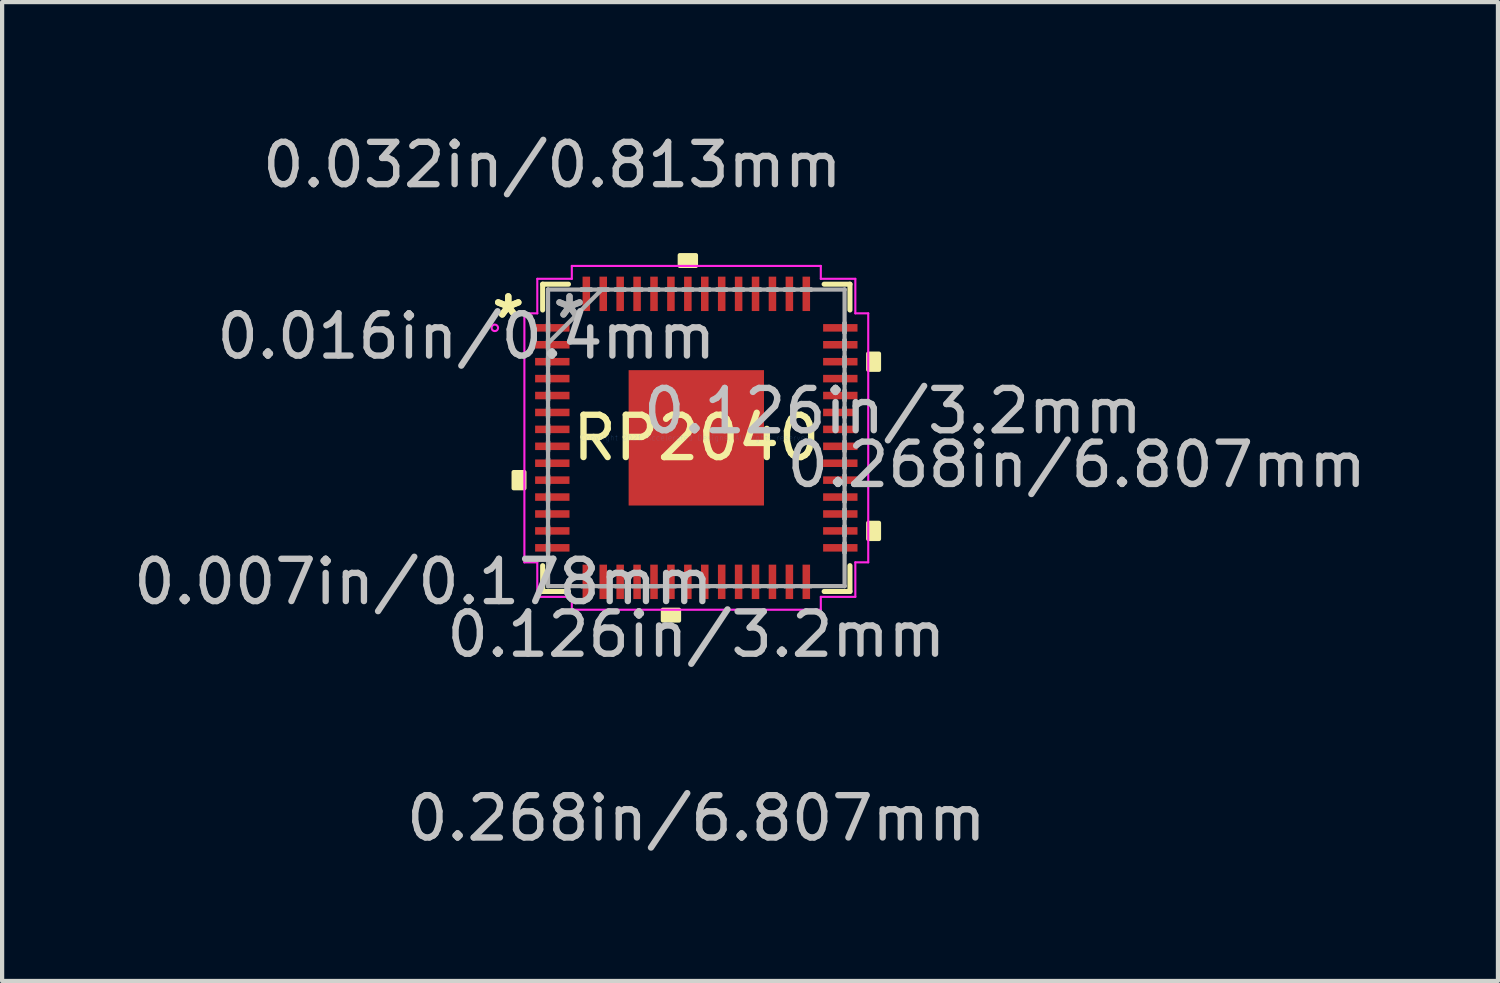
<source format=kicad_pcb>
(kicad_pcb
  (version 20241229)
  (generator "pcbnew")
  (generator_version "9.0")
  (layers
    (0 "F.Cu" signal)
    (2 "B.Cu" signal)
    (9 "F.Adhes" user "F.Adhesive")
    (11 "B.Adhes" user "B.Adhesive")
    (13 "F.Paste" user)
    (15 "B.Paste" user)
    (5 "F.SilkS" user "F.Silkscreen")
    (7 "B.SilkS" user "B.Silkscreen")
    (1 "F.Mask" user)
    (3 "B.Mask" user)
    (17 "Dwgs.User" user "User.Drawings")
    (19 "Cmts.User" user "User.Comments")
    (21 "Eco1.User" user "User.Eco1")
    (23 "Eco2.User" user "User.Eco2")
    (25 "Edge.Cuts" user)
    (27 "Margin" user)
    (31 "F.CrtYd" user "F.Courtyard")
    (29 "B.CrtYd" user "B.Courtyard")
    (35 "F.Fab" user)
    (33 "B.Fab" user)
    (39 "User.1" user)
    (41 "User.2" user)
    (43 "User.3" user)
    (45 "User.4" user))
  (footprint "RP2040"
    (layer "F.Cu")
    (at 13.41 7.3)
    (property "Reference" "RP2040" (at 0 0 0) (layer "F.SilkS") (effects (font (size 1 1) (thickness 0.15))))
    (attr through_hole)
    (fp_line (start -3.632 -3.632) (end -3.632 -3.022) (stroke (width 0.12) (type solid)) (layer "F.SilkS"))
    (fp_line (start -3.632 3.022) (end -3.632 3.632) (stroke (width 0.12) (type solid)) (layer "F.SilkS"))
    (fp_line (start -3.632 3.632) (end -3.022 3.632) (stroke (width 0.12) (type solid)) (layer "F.SilkS"))
    (fp_line (start -3.022 -3.632) (end -3.632 -3.632) (stroke (width 0.12) (type solid)) (layer "F.SilkS"))
    (fp_line (start 3.022 3.632) (end 3.632 3.632) (stroke (width 0.12) (type solid)) (layer "F.SilkS"))
    (fp_line (start 3.632 -3.632) (end 3.022 -3.632) (stroke (width 0.12) (type solid)) (layer "F.SilkS"))
    (fp_line (start 3.632 -3.022) (end 3.632 -3.632) (stroke (width 0.12) (type solid)) (layer "F.SilkS"))
    (fp_line (start 3.632 3.632) (end 3.632 3.022) (stroke (width 0.12) (type solid)) (layer "F.SilkS"))
    (fp_poly (pts (xy -4.318 0.81) (xy -4.318 1.191) (xy -4.064 1.191) (xy -4.064 0.81)) (stroke (width 0.1) (type solid)) (fill yes) (layer "F.SilkS"))
    (fp_poly (pts (xy -0.79 4.064) (xy -0.79 4.318) (xy -0.409 4.318) (xy -0.409 4.064)) (stroke (width 0.1) (type solid)) (fill yes) (layer "F.SilkS"))
    (fp_poly (pts (xy -0.391 -4.064) (xy -0.391 -4.318) (xy -0.009 -4.318) (xy -0.009 -4.064)) (stroke (width 0.1) (type solid)) (fill yes) (layer "F.SilkS"))
    (fp_poly (pts (xy 4.318 -1.99) (xy 4.318 -1.609) (xy 4.064 -1.609) (xy 4.064 -1.99)) (stroke (width 0.1) (type solid)) (fill yes) (layer "F.SilkS"))
    (fp_poly (pts (xy 4.318 2.01) (xy 4.318 2.391) (xy 4.064 2.391) (xy 4.064 2.01)) (stroke (width 0.1) (type solid)) (fill yes) (layer "F.SilkS"))
    (fp_poly (pts (xy -1.5 -1.5) (xy -1.5 -0.1) (xy -0.1 -0.1) (xy -0.1 -1.5)) (stroke (width 0.1) (type solid)) (fill yes) (layer "F.Paste"))
    (fp_poly (pts (xy -1.5 0.1) (xy -1.5 1.5) (xy -0.1 1.5) (xy -0.1 0.1)) (stroke (width 0.1) (type solid)) (fill yes) (layer "F.Paste"))
    (fp_poly (pts (xy 0.1 -1.5) (xy 0.1 -0.1) (xy 1.5 -0.1) (xy 1.5 -1.5)) (stroke (width 0.1) (type solid)) (fill yes) (layer "F.Paste"))
    (fp_poly (pts (xy 0.1 0.1) (xy 0.1 1.5) (xy 1.5 1.5) (xy 1.5 0.1)) (stroke (width 0.1) (type solid)) (fill yes) (layer "F.Paste"))
    (fp_line (start -4.064 -2.943) (end -3.759 -2.943) (stroke (width 0.05) (type solid)) (layer "F.CrtYd"))
    (fp_line (start -4.064 2.943) (end -4.064 -2.943) (stroke (width 0.05) (type solid)) (layer "F.CrtYd"))
    (fp_line (start -3.759 -3.759) (end -2.943 -3.759) (stroke (width 0.05) (type solid)) (layer "F.CrtYd"))
    (fp_line (start -3.759 -2.943) (end -3.759 -3.759) (stroke (width 0.05) (type solid)) (layer "F.CrtYd"))
    (fp_line (start -3.759 2.943) (end -4.064 2.943) (stroke (width 0.05) (type solid)) (layer "F.CrtYd"))
    (fp_line (start -3.759 3.759) (end -3.759 2.943) (stroke (width 0.05) (type solid)) (layer "F.CrtYd"))
    (fp_line (start -2.943 -4.064) (end 2.943 -4.064) (stroke (width 0.05) (type solid)) (layer "F.CrtYd"))
    (fp_line (start -2.943 -3.759) (end -2.943 -4.064) (stroke (width 0.05) (type solid)) (layer "F.CrtYd"))
    (fp_line (start -2.943 3.759) (end -3.759 3.759) (stroke (width 0.05) (type solid)) (layer "F.CrtYd"))
    (fp_line (start -2.943 4.064) (end -2.943 3.759) (stroke (width 0.05) (type solid)) (layer "F.CrtYd"))
    (fp_line (start 2.943 -4.064) (end 2.943 -3.759) (stroke (width 0.05) (type solid)) (layer "F.CrtYd"))
    (fp_line (start 2.943 -3.759) (end 3.759 -3.759) (stroke (width 0.05) (type solid)) (layer "F.CrtYd"))
    (fp_line (start 2.943 3.759) (end 2.943 4.064) (stroke (width 0.05) (type solid)) (layer "F.CrtYd"))
    (fp_line (start 2.943 4.064) (end -2.943 4.064) (stroke (width 0.05) (type solid)) (layer "F.CrtYd"))
    (fp_line (start 3.759 -3.759) (end 3.759 -2.943) (stroke (width 0.05) (type solid)) (layer "F.CrtYd"))
    (fp_line (start 3.759 -2.943) (end 4.064 -2.943) (stroke (width 0.05) (type solid)) (layer "F.CrtYd"))
    (fp_line (start 3.759 2.943) (end 3.759 3.759) (stroke (width 0.05) (type solid)) (layer "F.CrtYd"))
    (fp_line (start 3.759 3.759) (end 2.943 3.759) (stroke (width 0.05) (type solid)) (layer "F.CrtYd"))
    (fp_line (start 4.064 -2.943) (end 4.064 2.943) (stroke (width 0.05) (type solid)) (layer "F.CrtYd"))
    (fp_line (start 4.064 2.943) (end 3.759 2.943) (stroke (width 0.05) (type solid)) (layer "F.CrtYd"))
    (fp_circle (center -4.763 -2.6) (end -4.686 -2.6) (stroke (width 0.05) (type solid)) (fill no) (layer "F.CrtYd"))
    (fp_line (start -3.505 -3.505) (end -3.505 -3.505) (stroke (width 0.1) (type solid)) (layer "F.Fab"))
    (fp_line (start -3.505 -3.505) (end -3.505 3.505) (stroke (width 0.1) (type solid)) (layer "F.Fab"))
    (fp_line (start -3.505 -2.714) (end -3.505 -2.714) (stroke (width 0.1) (type solid)) (layer "F.Fab"))
    (fp_line (start -3.505 -2.714) (end -3.505 -2.486) (stroke (width 0.1) (type solid)) (layer "F.Fab"))
    (fp_line (start -3.505 -2.486) (end -3.505 -2.714) (stroke (width 0.1) (type solid)) (layer "F.Fab"))
    (fp_line (start -3.505 -2.486) (end -3.505 -2.486) (stroke (width 0.1) (type solid)) (layer "F.Fab"))
    (fp_line (start -3.505 -2.314) (end -3.505 -2.314) (stroke (width 0.1) (type solid)) (layer "F.Fab"))
    (fp_line (start -3.505 -2.314) (end -3.505 -2.086) (stroke (width 0.1) (type solid)) (layer "F.Fab"))
    (fp_line (start -3.505 -2.235) (end -2.235 -3.505) (stroke (width 0.1) (type solid)) (layer "F.Fab"))
    (fp_line (start -3.505 -2.086) (end -3.505 -2.314) (stroke (width 0.1) (type solid)) (layer "F.Fab"))
    (fp_line (start -3.505 -2.086) (end -3.505 -2.086) (stroke (width 0.1) (type solid)) (layer "F.Fab"))
    (fp_line (start -3.505 -1.914) (end -3.505 -1.914) (stroke (width 0.1) (type solid)) (layer "F.Fab"))
    (fp_line (start -3.505 -1.914) (end -3.505 -1.686) (stroke (width 0.1) (type solid)) (layer "F.Fab"))
    (fp_line (start -3.505 -1.686) (end -3.505 -1.914) (stroke (width 0.1) (type solid)) (layer "F.Fab"))
    (fp_line (start -3.505 -1.686) (end -3.505 -1.686) (stroke (width 0.1) (type solid)) (layer "F.Fab"))
    (fp_line (start -3.505 -1.514) (end -3.505 -1.514) (stroke (width 0.1) (type solid)) (layer "F.Fab"))
    (fp_line (start -3.505 -1.514) (end -3.505 -1.286) (stroke (width 0.1) (type solid)) (layer "F.Fab"))
    (fp_line (start -3.505 -1.286) (end -3.505 -1.514) (stroke (width 0.1) (type solid)) (layer "F.Fab"))
    (fp_line (start -3.505 -1.286) (end -3.505 -1.286) (stroke (width 0.1) (type solid)) (layer "F.Fab"))
    (fp_line (start -3.505 -1.114) (end -3.505 -1.114) (stroke (width 0.1) (type solid)) (layer "F.Fab"))
    (fp_line (start -3.505 -1.114) (end -3.505 -0.886) (stroke (width 0.1) (type solid)) (layer "F.Fab"))
    (fp_line (start -3.505 -0.886) (end -3.505 -1.114) (stroke (width 0.1) (type solid)) (layer "F.Fab"))
    (fp_line (start -3.505 -0.886) (end -3.505 -0.886) (stroke (width 0.1) (type solid)) (layer "F.Fab"))
    (fp_line (start -3.505 -0.714) (end -3.505 -0.714) (stroke (width 0.1) (type solid)) (layer "F.Fab"))
    (fp_line (start -3.505 -0.714) (end -3.505 -0.486) (stroke (width 0.1) (type solid)) (layer "F.Fab"))
    (fp_line (start -3.505 -0.486) (end -3.505 -0.714) (stroke (width 0.1) (type solid)) (layer "F.Fab"))
    (fp_line (start -3.505 -0.486) (end -3.505 -0.486) (stroke (width 0.1) (type solid)) (layer "F.Fab"))
    (fp_line (start -3.505 -0.314) (end -3.505 -0.314) (stroke (width 0.1) (type solid)) (layer "F.Fab"))
    (fp_line (start -3.505 -0.314) (end -3.505 -0.086) (stroke (width 0.1) (type solid)) (layer "F.Fab"))
    (fp_line (start -3.505 -0.086) (end -3.505 -0.314) (stroke (width 0.1) (type solid)) (layer "F.Fab"))
    (fp_line (start -3.505 -0.086) (end -3.505 -0.086) (stroke (width 0.1) (type solid)) (layer "F.Fab"))
    (fp_line (start -3.505 0.086) (end -3.505 0.086) (stroke (width 0.1) (type solid)) (layer "F.Fab"))
    (fp_line (start -3.505 0.086) (end -3.505 0.314) (stroke (width 0.1) (type solid)) (layer "F.Fab"))
    (fp_line (start -3.505 0.314) (end -3.505 0.086) (stroke (width 0.1) (type solid)) (layer "F.Fab"))
    (fp_line (start -3.505 0.314) (end -3.505 0.314) (stroke (width 0.1) (type solid)) (layer "F.Fab"))
    (fp_line (start -3.505 0.486) (end -3.505 0.486) (stroke (width 0.1) (type solid)) (layer "F.Fab"))
    (fp_line (start -3.505 0.486) (end -3.505 0.714) (stroke (width 0.1) (type solid)) (layer "F.Fab"))
    (fp_line (start -3.505 0.714) (end -3.505 0.486) (stroke (width 0.1) (type solid)) (layer "F.Fab"))
    (fp_line (start -3.505 0.714) (end -3.505 0.714) (stroke (width 0.1) (type solid)) (layer "F.Fab"))
    (fp_line (start -3.505 0.886) (end -3.505 0.886) (stroke (width 0.1) (type solid)) (layer "F.Fab"))
    (fp_line (start -3.505 0.886) (end -3.505 1.114) (stroke (width 0.1) (type solid)) (layer "F.Fab"))
    (fp_line (start -3.505 1.114) (end -3.505 0.886) (stroke (width 0.1) (type solid)) (layer "F.Fab"))
    (fp_line (start -3.505 1.114) (end -3.505 1.114) (stroke (width 0.1) (type solid)) (layer "F.Fab"))
    (fp_line (start -3.505 1.286) (end -3.505 1.286) (stroke (width 0.1) (type solid)) (layer "F.Fab"))
    (fp_line (start -3.505 1.286) (end -3.505 1.514) (stroke (width 0.1) (type solid)) (layer "F.Fab"))
    (fp_line (start -3.505 1.514) (end -3.505 1.286) (stroke (width 0.1) (type solid)) (layer "F.Fab"))
    (fp_line (start -3.505 1.514) (end -3.505 1.514) (stroke (width 0.1) (type solid)) (layer "F.Fab"))
    (fp_line (start -3.505 1.686) (end -3.505 1.686) (stroke (width 0.1) (type solid)) (layer "F.Fab"))
    (fp_line (start -3.505 1.686) (end -3.505 1.914) (stroke (width 0.1) (type solid)) (layer "F.Fab"))
    (fp_line (start -3.505 1.914) (end -3.505 1.686) (stroke (width 0.1) (type solid)) (layer "F.Fab"))
    (fp_line (start -3.505 1.914) (end -3.505 1.914) (stroke (width 0.1) (type solid)) (layer "F.Fab"))
    (fp_line (start -3.505 2.086) (end -3.505 2.086) (stroke (width 0.1) (type solid)) (layer "F.Fab"))
    (fp_line (start -3.505 2.086) (end -3.505 2.314) (stroke (width 0.1) (type solid)) (layer "F.Fab"))
    (fp_line (start -3.505 2.314) (end -3.505 2.086) (stroke (width 0.1) (type solid)) (layer "F.Fab"))
    (fp_line (start -3.505 2.314) (end -3.505 2.314) (stroke (width 0.1) (type solid)) (layer "F.Fab"))
    (fp_line (start -3.505 2.486) (end -3.505 2.486) (stroke (width 0.1) (type solid)) (layer "F.Fab"))
    (fp_line (start -3.505 2.486) (end -3.505 2.714) (stroke (width 0.1) (type solid)) (layer "F.Fab"))
    (fp_line (start -3.505 2.714) (end -3.505 2.486) (stroke (width 0.1) (type solid)) (layer "F.Fab"))
    (fp_line (start -3.505 2.714) (end -3.505 2.714) (stroke (width 0.1) (type solid)) (layer "F.Fab"))
    (fp_line (start -3.505 3.505) (end -3.505 3.505) (stroke (width 0.1) (type solid)) (layer "F.Fab"))
    (fp_line (start -3.505 3.505) (end 3.505 3.505) (stroke (width 0.1) (type solid)) (layer "F.Fab"))
    (fp_line (start -2.714 -3.505) (end -2.714 -3.505) (stroke (width 0.1) (type solid)) (layer "F.Fab"))
    (fp_line (start -2.714 -3.505) (end -2.486 -3.505) (stroke (width 0.1) (type solid)) (layer "F.Fab"))
    (fp_line (start -2.714 3.505) (end -2.714 3.505) (stroke (width 0.1) (type solid)) (layer "F.Fab"))
    (fp_line (start -2.714 3.505) (end -2.486 3.505) (stroke (width 0.1) (type solid)) (layer "F.Fab"))
    (fp_line (start -2.486 -3.505) (end -2.714 -3.505) (stroke (width 0.1) (type solid)) (layer "F.Fab"))
    (fp_line (start -2.486 -3.505) (end -2.486 -3.505) (stroke (width 0.1) (type solid)) (layer "F.Fab"))
    (fp_line (start -2.486 3.505) (end -2.714 3.505) (stroke (width 0.1) (type solid)) (layer "F.Fab"))
    (fp_line (start -2.486 3.505) (end -2.486 3.505) (stroke (width 0.1) (type solid)) (layer "F.Fab"))
    (fp_line (start -2.314 -3.505) (end -2.314 -3.505) (stroke (width 0.1) (type solid)) (layer "F.Fab"))
    (fp_line (start -2.314 -3.505) (end -2.086 -3.505) (stroke (width 0.1) (type solid)) (layer "F.Fab"))
    (fp_line (start -2.314 3.505) (end -2.314 3.505) (stroke (width 0.1) (type solid)) (layer "F.Fab"))
    (fp_line (start -2.314 3.505) (end -2.086 3.505) (stroke (width 0.1) (type solid)) (layer "F.Fab"))
    (fp_line (start -2.086 -3.505) (end -2.314 -3.505) (stroke (width 0.1) (type solid)) (layer "F.Fab"))
    (fp_line (start -2.086 -3.505) (end -2.086 -3.505) (stroke (width 0.1) (type solid)) (layer "F.Fab"))
    (fp_line (start -2.086 3.505) (end -2.314 3.505) (stroke (width 0.1) (type solid)) (layer "F.Fab"))
    (fp_line (start -2.086 3.505) (end -2.086 3.505) (stroke (width 0.1) (type solid)) (layer "F.Fab"))
    (fp_line (start -1.914 -3.505) (end -1.914 -3.505) (stroke (width 0.1) (type solid)) (layer "F.Fab"))
    (fp_line (start -1.914 -3.505) (end -1.686 -3.505) (stroke (width 0.1) (type solid)) (layer "F.Fab"))
    (fp_line (start -1.914 3.505) (end -1.914 3.505) (stroke (width 0.1) (type solid)) (layer "F.Fab"))
    (fp_line (start -1.914 3.505) (end -1.686 3.505) (stroke (width 0.1) (type solid)) (layer "F.Fab"))
    (fp_line (start -1.686 -3.505) (end -1.914 -3.505) (stroke (width 0.1) (type solid)) (layer "F.Fab"))
    (fp_line (start -1.686 -3.505) (end -1.686 -3.505) (stroke (width 0.1) (type solid)) (layer "F.Fab"))
    (fp_line (start -1.686 3.505) (end -1.914 3.505) (stroke (width 0.1) (type solid)) (layer "F.Fab"))
    (fp_line (start -1.686 3.505) (end -1.686 3.505) (stroke (width 0.1) (type solid)) (layer "F.Fab"))
    (fp_line (start -1.514 -3.505) (end -1.514 -3.505) (stroke (width 0.1) (type solid)) (layer "F.Fab"))
    (fp_line (start -1.514 -3.505) (end -1.286 -3.505) (stroke (width 0.1) (type solid)) (layer "F.Fab"))
    (fp_line (start -1.514 3.505) (end -1.514 3.505) (stroke (width 0.1) (type solid)) (layer "F.Fab"))
    (fp_line (start -1.514 3.505) (end -1.286 3.505) (stroke (width 0.1) (type solid)) (layer "F.Fab"))
    (fp_line (start -1.286 -3.505) (end -1.514 -3.505) (stroke (width 0.1) (type solid)) (layer "F.Fab"))
    (fp_line (start -1.286 -3.505) (end -1.286 -3.505) (stroke (width 0.1) (type solid)) (layer "F.Fab"))
    (fp_line (start -1.286 3.505) (end -1.514 3.505) (stroke (width 0.1) (type solid)) (layer "F.Fab"))
    (fp_line (start -1.286 3.505) (end -1.286 3.505) (stroke (width 0.1) (type solid)) (layer "F.Fab"))
    (fp_line (start -1.114 -3.505) (end -1.114 -3.505) (stroke (width 0.1) (type solid)) (layer "F.Fab"))
    (fp_line (start -1.114 -3.505) (end -0.886 -3.505) (stroke (width 0.1) (type solid)) (layer "F.Fab"))
    (fp_line (start -1.114 3.505) (end -1.114 3.505) (stroke (width 0.1) (type solid)) (layer "F.Fab"))
    (fp_line (start -1.114 3.505) (end -0.886 3.505) (stroke (width 0.1) (type solid)) (layer "F.Fab"))
    (fp_line (start -0.886 -3.505) (end -1.114 -3.505) (stroke (width 0.1) (type solid)) (layer "F.Fab"))
    (fp_line (start -0.886 -3.505) (end -0.886 -3.505) (stroke (width 0.1) (type solid)) (layer "F.Fab"))
    (fp_line (start -0.886 3.505) (end -1.114 3.505) (stroke (width 0.1) (type solid)) (layer "F.Fab"))
    (fp_line (start -0.886 3.505) (end -0.886 3.505) (stroke (width 0.1) (type solid)) (layer "F.Fab"))
    (fp_line (start -0.714 -3.505) (end -0.714 -3.505) (stroke (width 0.1) (type solid)) (layer "F.Fab"))
    (fp_line (start -0.714 -3.505) (end -0.486 -3.505) (stroke (width 0.1) (type solid)) (layer "F.Fab"))
    (fp_line (start -0.714 3.505) (end -0.714 3.505) (stroke (width 0.1) (type solid)) (layer "F.Fab"))
    (fp_line (start -0.714 3.505) (end -0.486 3.505) (stroke (width 0.1) (type solid)) (layer "F.Fab"))
    (fp_line (start -0.486 -3.505) (end -0.714 -3.505) (stroke (width 0.1) (type solid)) (layer "F.Fab"))
    (fp_line (start -0.486 -3.505) (end -0.486 -3.505) (stroke (width 0.1) (type solid)) (layer "F.Fab"))
    (fp_line (start -0.486 3.505) (end -0.714 3.505) (stroke (width 0.1) (type solid)) (layer "F.Fab"))
    (fp_line (start -0.486 3.505) (end -0.486 3.505) (stroke (width 0.1) (type solid)) (layer "F.Fab"))
    (fp_line (start -0.314 -3.505) (end -0.314 -3.505) (stroke (width 0.1) (type solid)) (layer "F.Fab"))
    (fp_line (start -0.314 -3.505) (end -0.086 -3.505) (stroke (width 0.1) (type solid)) (layer "F.Fab"))
    (fp_line (start -0.314 3.505) (end -0.314 3.505) (stroke (width 0.1) (type solid)) (layer "F.Fab"))
    (fp_line (start -0.314 3.505) (end -0.086 3.505) (stroke (width 0.1) (type solid)) (layer "F.Fab"))
    (fp_line (start -0.086 -3.505) (end -0.314 -3.505) (stroke (width 0.1) (type solid)) (layer "F.Fab"))
    (fp_line (start -0.086 -3.505) (end -0.086 -3.505) (stroke (width 0.1) (type solid)) (layer "F.Fab"))
    (fp_line (start -0.086 3.505) (end -0.314 3.505) (stroke (width 0.1) (type solid)) (layer "F.Fab"))
    (fp_line (start -0.086 3.505) (end -0.086 3.505) (stroke (width 0.1) (type solid)) (layer "F.Fab"))
    (fp_line (start 0.086 -3.505) (end 0.086 -3.505) (stroke (width 0.1) (type solid)) (layer "F.Fab"))
    (fp_line (start 0.086 -3.505) (end 0.314 -3.505) (stroke (width 0.1) (type solid)) (layer "F.Fab"))
    (fp_line (start 0.086 3.505) (end 0.086 3.505) (stroke (width 0.1) (type solid)) (layer "F.Fab"))
    (fp_line (start 0.086 3.505) (end 0.314 3.505) (stroke (width 0.1) (type solid)) (layer "F.Fab"))
    (fp_line (start 0.314 -3.505) (end 0.086 -3.505) (stroke (width 0.1) (type solid)) (layer "F.Fab"))
    (fp_line (start 0.314 -3.505) (end 0.314 -3.505) (stroke (width 0.1) (type solid)) (layer "F.Fab"))
    (fp_line (start 0.314 3.505) (end 0.086 3.505) (stroke (width 0.1) (type solid)) (layer "F.Fab"))
    (fp_line (start 0.314 3.505) (end 0.314 3.505) (stroke (width 0.1) (type solid)) (layer "F.Fab"))
    (fp_line (start 0.486 -3.505) (end 0.486 -3.505) (stroke (width 0.1) (type solid)) (layer "F.Fab"))
    (fp_line (start 0.486 -3.505) (end 0.714 -3.505) (stroke (width 0.1) (type solid)) (layer "F.Fab"))
    (fp_line (start 0.486 3.505) (end 0.486 3.505) (stroke (width 0.1) (type solid)) (layer "F.Fab"))
    (fp_line (start 0.486 3.505) (end 0.714 3.505) (stroke (width 0.1) (type solid)) (layer "F.Fab"))
    (fp_line (start 0.714 -3.505) (end 0.486 -3.505) (stroke (width 0.1) (type solid)) (layer "F.Fab"))
    (fp_line (start 0.714 -3.505) (end 0.714 -3.505) (stroke (width 0.1) (type solid)) (layer "F.Fab"))
    (fp_line (start 0.714 3.505) (end 0.486 3.505) (stroke (width 0.1) (type solid)) (layer "F.Fab"))
    (fp_line (start 0.714 3.505) (end 0.714 3.505) (stroke (width 0.1) (type solid)) (layer "F.Fab"))
    (fp_line (start 0.886 -3.505) (end 0.886 -3.505) (stroke (width 0.1) (type solid)) (layer "F.Fab"))
    (fp_line (start 0.886 -3.505) (end 1.114 -3.505) (stroke (width 0.1) (type solid)) (layer "F.Fab"))
    (fp_line (start 0.886 3.505) (end 0.886 3.505) (stroke (width 0.1) (type solid)) (layer "F.Fab"))
    (fp_line (start 0.886 3.505) (end 1.114 3.505) (stroke (width 0.1) (type solid)) (layer "F.Fab"))
    (fp_line (start 1.114 -3.505) (end 0.886 -3.505) (stroke (width 0.1) (type solid)) (layer "F.Fab"))
    (fp_line (start 1.114 -3.505) (end 1.114 -3.505) (stroke (width 0.1) (type solid)) (layer "F.Fab"))
    (fp_line (start 1.114 3.505) (end 0.886 3.505) (stroke (width 0.1) (type solid)) (layer "F.Fab"))
    (fp_line (start 1.114 3.505) (end 1.114 3.505) (stroke (width 0.1) (type solid)) (layer "F.Fab"))
    (fp_line (start 1.286 -3.505) (end 1.286 -3.505) (stroke (width 0.1) (type solid)) (layer "F.Fab"))
    (fp_line (start 1.286 -3.505) (end 1.514 -3.505) (stroke (width 0.1) (type solid)) (layer "F.Fab"))
    (fp_line (start 1.286 3.505) (end 1.286 3.505) (stroke (width 0.1) (type solid)) (layer "F.Fab"))
    (fp_line (start 1.286 3.505) (end 1.514 3.505) (stroke (width 0.1) (type solid)) (layer "F.Fab"))
    (fp_line (start 1.514 -3.505) (end 1.286 -3.505) (stroke (width 0.1) (type solid)) (layer "F.Fab"))
    (fp_line (start 1.514 -3.505) (end 1.514 -3.505) (stroke (width 0.1) (type solid)) (layer "F.Fab"))
    (fp_line (start 1.514 3.505) (end 1.286 3.505) (stroke (width 0.1) (type solid)) (layer "F.Fab"))
    (fp_line (start 1.514 3.505) (end 1.514 3.505) (stroke (width 0.1) (type solid)) (layer "F.Fab"))
    (fp_line (start 1.686 -3.505) (end 1.686 -3.505) (stroke (width 0.1) (type solid)) (layer "F.Fab"))
    (fp_line (start 1.686 -3.505) (end 1.914 -3.505) (stroke (width 0.1) (type solid)) (layer "F.Fab"))
    (fp_line (start 1.686 3.505) (end 1.686 3.505) (stroke (width 0.1) (type solid)) (layer "F.Fab"))
    (fp_line (start 1.686 3.505) (end 1.914 3.505) (stroke (width 0.1) (type solid)) (layer "F.Fab"))
    (fp_line (start 1.914 -3.505) (end 1.686 -3.505) (stroke (width 0.1) (type solid)) (layer "F.Fab"))
    (fp_line (start 1.914 -3.505) (end 1.914 -3.505) (stroke (width 0.1) (type solid)) (layer "F.Fab"))
    (fp_line (start 1.914 3.505) (end 1.686 3.505) (stroke (width 0.1) (type solid)) (layer "F.Fab"))
    (fp_line (start 1.914 3.505) (end 1.914 3.505) (stroke (width 0.1) (type solid)) (layer "F.Fab"))
    (fp_line (start 2.086 -3.505) (end 2.086 -3.505) (stroke (width 0.1) (type solid)) (layer "F.Fab"))
    (fp_line (start 2.086 -3.505) (end 2.314 -3.505) (stroke (width 0.1) (type solid)) (layer "F.Fab"))
    (fp_line (start 2.086 3.505) (end 2.086 3.505) (stroke (width 0.1) (type solid)) (layer "F.Fab"))
    (fp_line (start 2.086 3.505) (end 2.314 3.505) (stroke (width 0.1) (type solid)) (layer "F.Fab"))
    (fp_line (start 2.314 -3.505) (end 2.086 -3.505) (stroke (width 0.1) (type solid)) (layer "F.Fab"))
    (fp_line (start 2.314 -3.505) (end 2.314 -3.505) (stroke (width 0.1) (type solid)) (layer "F.Fab"))
    (fp_line (start 2.314 3.505) (end 2.086 3.505) (stroke (width 0.1) (type solid)) (layer "F.Fab"))
    (fp_line (start 2.314 3.505) (end 2.314 3.505) (stroke (width 0.1) (type solid)) (layer "F.Fab"))
    (fp_line (start 2.486 -3.505) (end 2.486 -3.505) (stroke (width 0.1) (type solid)) (layer "F.Fab"))
    (fp_line (start 2.486 -3.505) (end 2.714 -3.505) (stroke (width 0.1) (type solid)) (layer "F.Fab"))
    (fp_line (start 2.486 3.505) (end 2.486 3.505) (stroke (width 0.1) (type solid)) (layer "F.Fab"))
    (fp_line (start 2.486 3.505) (end 2.714 3.505) (stroke (width 0.1) (type solid)) (layer "F.Fab"))
    (fp_line (start 2.714 -3.505) (end 2.486 -3.505) (stroke (width 0.1) (type solid)) (layer "F.Fab"))
    (fp_line (start 2.714 -3.505) (end 2.714 -3.505) (stroke (width 0.1) (type solid)) (layer "F.Fab"))
    (fp_line (start 2.714 3.505) (end 2.486 3.505) (stroke (width 0.1) (type solid)) (layer "F.Fab"))
    (fp_line (start 2.714 3.505) (end 2.714 3.505) (stroke (width 0.1) (type solid)) (layer "F.Fab"))
    (fp_line (start 3.505 -3.505) (end -3.505 -3.505) (stroke (width 0.1) (type solid)) (layer "F.Fab"))
    (fp_line (start 3.505 -3.505) (end 3.505 -3.505) (stroke (width 0.1) (type solid)) (layer "F.Fab"))
    (fp_line (start 3.505 -2.714) (end 3.505 -2.714) (stroke (width 0.1) (type solid)) (layer "F.Fab"))
    (fp_line (start 3.505 -2.714) (end 3.505 -2.486) (stroke (width 0.1) (type solid)) (layer "F.Fab"))
    (fp_line (start 3.505 -2.486) (end 3.505 -2.714) (stroke (width 0.1) (type solid)) (layer "F.Fab"))
    (fp_line (start 3.505 -2.486) (end 3.505 -2.486) (stroke (width 0.1) (type solid)) (layer "F.Fab"))
    (fp_line (start 3.505 -2.314) (end 3.505 -2.314) (stroke (width 0.1) (type solid)) (layer "F.Fab"))
    (fp_line (start 3.505 -2.314) (end 3.505 -2.086) (stroke (width 0.1) (type solid)) (layer "F.Fab"))
    (fp_line (start 3.505 -2.086) (end 3.505 -2.314) (stroke (width 0.1) (type solid)) (layer "F.Fab"))
    (fp_line (start 3.505 -2.086) (end 3.505 -2.086) (stroke (width 0.1) (type solid)) (layer "F.Fab"))
    (fp_line (start 3.505 -1.914) (end 3.505 -1.914) (stroke (width 0.1) (type solid)) (layer "F.Fab"))
    (fp_line (start 3.505 -1.914) (end 3.505 -1.686) (stroke (width 0.1) (type solid)) (layer "F.Fab"))
    (fp_line (start 3.505 -1.686) (end 3.505 -1.914) (stroke (width 0.1) (type solid)) (layer "F.Fab"))
    (fp_line (start 3.505 -1.686) (end 3.505 -1.686) (stroke (width 0.1) (type solid)) (layer "F.Fab"))
    (fp_line (start 3.505 -1.514) (end 3.505 -1.514) (stroke (width 0.1) (type solid)) (layer "F.Fab"))
    (fp_line (start 3.505 -1.514) (end 3.505 -1.286) (stroke (width 0.1) (type solid)) (layer "F.Fab"))
    (fp_line (start 3.505 -1.286) (end 3.505 -1.514) (stroke (width 0.1) (type solid)) (layer "F.Fab"))
    (fp_line (start 3.505 -1.286) (end 3.505 -1.286) (stroke (width 0.1) (type solid)) (layer "F.Fab"))
    (fp_line (start 3.505 -1.114) (end 3.505 -1.114) (stroke (width 0.1) (type solid)) (layer "F.Fab"))
    (fp_line (start 3.505 -1.114) (end 3.505 -0.886) (stroke (width 0.1) (type solid)) (layer "F.Fab"))
    (fp_line (start 3.505 -0.886) (end 3.505 -1.114) (stroke (width 0.1) (type solid)) (layer "F.Fab"))
    (fp_line (start 3.505 -0.886) (end 3.505 -0.886) (stroke (width 0.1) (type solid)) (layer "F.Fab"))
    (fp_line (start 3.505 -0.714) (end 3.505 -0.714) (stroke (width 0.1) (type solid)) (layer "F.Fab"))
    (fp_line (start 3.505 -0.714) (end 3.505 -0.486) (stroke (width 0.1) (type solid)) (layer "F.Fab"))
    (fp_line (start 3.505 -0.486) (end 3.505 -0.714) (stroke (width 0.1) (type solid)) (layer "F.Fab"))
    (fp_line (start 3.505 -0.486) (end 3.505 -0.486) (stroke (width 0.1) (type solid)) (layer "F.Fab"))
    (fp_line (start 3.505 -0.314) (end 3.505 -0.314) (stroke (width 0.1) (type solid)) (layer "F.Fab"))
    (fp_line (start 3.505 -0.314) (end 3.505 -0.086) (stroke (width 0.1) (type solid)) (layer "F.Fab"))
    (fp_line (start 3.505 -0.086) (end 3.505 -0.314) (stroke (width 0.1) (type solid)) (layer "F.Fab"))
    (fp_line (start 3.505 -0.086) (end 3.505 -0.086) (stroke (width 0.1) (type solid)) (layer "F.Fab"))
    (fp_line (start 3.505 0.086) (end 3.505 0.086) (stroke (width 0.1) (type solid)) (layer "F.Fab"))
    (fp_line (start 3.505 0.086) (end 3.505 0.314) (stroke (width 0.1) (type solid)) (layer "F.Fab"))
    (fp_line (start 3.505 0.314) (end 3.505 0.086) (stroke (width 0.1) (type solid)) (layer "F.Fab"))
    (fp_line (start 3.505 0.314) (end 3.505 0.314) (stroke (width 0.1) (type solid)) (layer "F.Fab"))
    (fp_line (start 3.505 0.486) (end 3.505 0.486) (stroke (width 0.1) (type solid)) (layer "F.Fab"))
    (fp_line (start 3.505 0.486) (end 3.505 0.714) (stroke (width 0.1) (type solid)) (layer "F.Fab"))
    (fp_line (start 3.505 0.714) (end 3.505 0.486) (stroke (width 0.1) (type solid)) (layer "F.Fab"))
    (fp_line (start 3.505 0.714) (end 3.505 0.714) (stroke (width 0.1) (type solid)) (layer "F.Fab"))
    (fp_line (start 3.505 0.886) (end 3.505 0.886) (stroke (width 0.1) (type solid)) (layer "F.Fab"))
    (fp_line (start 3.505 0.886) (end 3.505 1.114) (stroke (width 0.1) (type solid)) (layer "F.Fab"))
    (fp_line (start 3.505 1.114) (end 3.505 0.886) (stroke (width 0.1) (type solid)) (layer "F.Fab"))
    (fp_line (start 3.505 1.114) (end 3.505 1.114) (stroke (width 0.1) (type solid)) (layer "F.Fab"))
    (fp_line (start 3.505 1.286) (end 3.505 1.286) (stroke (width 0.1) (type solid)) (layer "F.Fab"))
    (fp_line (start 3.505 1.286) (end 3.505 1.514) (stroke (width 0.1) (type solid)) (layer "F.Fab"))
    (fp_line (start 3.505 1.514) (end 3.505 1.286) (stroke (width 0.1) (type solid)) (layer "F.Fab"))
    (fp_line (start 3.505 1.514) (end 3.505 1.514) (stroke (width 0.1) (type solid)) (layer "F.Fab"))
    (fp_line (start 3.505 1.686) (end 3.505 1.686) (stroke (width 0.1) (type solid)) (layer "F.Fab"))
    (fp_line (start 3.505 1.686) (end 3.505 1.914) (stroke (width 0.1) (type solid)) (layer "F.Fab"))
    (fp_line (start 3.505 1.914) (end 3.505 1.686) (stroke (width 0.1) (type solid)) (layer "F.Fab"))
    (fp_line (start 3.505 1.914) (end 3.505 1.914) (stroke (width 0.1) (type solid)) (layer "F.Fab"))
    (fp_line (start 3.505 2.086) (end 3.505 2.086) (stroke (width 0.1) (type solid)) (layer "F.Fab"))
    (fp_line (start 3.505 2.086) (end 3.505 2.314) (stroke (width 0.1) (type solid)) (layer "F.Fab"))
    (fp_line (start 3.505 2.314) (end 3.505 2.086) (stroke (width 0.1) (type solid)) (layer "F.Fab"))
    (fp_line (start 3.505 2.314) (end 3.505 2.314) (stroke (width 0.1) (type solid)) (layer "F.Fab"))
    (fp_line (start 3.505 2.486) (end 3.505 2.486) (stroke (width 0.1) (type solid)) (layer "F.Fab"))
    (fp_line (start 3.505 2.486) (end 3.505 2.714) (stroke (width 0.1) (type solid)) (layer "F.Fab"))
    (fp_line (start 3.505 2.714) (end 3.505 2.486) (stroke (width 0.1) (type solid)) (layer "F.Fab"))
    (fp_line (start 3.505 2.714) (end 3.505 2.714) (stroke (width 0.1) (type solid)) (layer "F.Fab"))
    (fp_line (start 3.505 3.505) (end 3.505 -3.505) (stroke (width 0.1) (type solid)) (layer "F.Fab"))
    (fp_line (start 3.505 3.505) (end 3.505 3.505) (stroke (width 0.1) (type solid)) (layer "F.Fab"))
    (fp_text user "*" (at -4.445 -2.8 0) (layer "F.SilkS") (effects (font (size 1 1) (thickness 0.15))))
    (fp_text user "*" (at -4.445 -2.8 0) (layer "F.SilkS") (effects (font (size 1 1) (thickness 0.15))))
    (fp_text user "0.032in/0.813mm" (at -3.404 -6.452 0) (layer "Dwgs.User") (effects (font (size 1 1) (thickness 0.15))))
    (fp_text user "0.126in/3.2mm" (at 0 4.648 0) (layer "Dwgs.User") (effects (font (size 1 1) (thickness 0.15))))
    (fp_text user "0.016in/0.4mm" (at -5.436 -2.4 0) (layer "Dwgs.User") (effects (font (size 1 1) (thickness 0.15))))
    (fp_text user "0.007in/0.178mm" (at -6.452 3.404 0) (layer "Dwgs.User") (effects (font (size 1 1) (thickness 0.15))))
    (fp_text user "0.268in/6.807mm" (at 0 8.992 0) (layer "Dwgs.User") (effects (font (size 1 1) (thickness 0.15))))
    (fp_text user "0.268in/6.807mm" (at 8.992 0.635 0) (layer "Dwgs.User") (effects (font (size 1 1) (thickness 0.15))))
    (fp_text user "0.126in/3.2mm" (at 4.648 -0.635 0) (layer "Dwgs.User") (effects (font (size 1 1) (thickness 0.15))))
    (fp_text user "Copyright 2021 Accelerated Designs. All rights reserved." (at 0 0 0) (layer "Cmts.User") (effects (font (size 0.127 0.127) (thickness 0.002))))
    (fp_text user "*" (at -2.997 -2.8 0) (layer "F.Fab") (effects (font (size 1 1) (thickness 0.15))))
    (fp_text user "*" (at -2.997 -2.8 0) (layer "F.Fab") (effects (font (size 1 1) (thickness 0.15))))
    (pad "1" smd rect (at -3.404 -2.6 90) (size 0.178 0.813) (layers "F.Cu" "F.Mask" "F.Paste"))
    (pad "2" smd rect (at -3.404 -2.2 90) (size 0.178 0.813) (layers "F.Cu" "F.Mask" "F.Paste"))
    (pad "3" smd rect (at -3.404 -1.8 90) (size 0.178 0.813) (layers "F.Cu" "F.Mask" "F.Paste"))
    (pad "4" smd rect (at -3.404 -1.4 90) (size 0.178 0.813) (layers "F.Cu" "F.Mask" "F.Paste"))
    (pad "5" smd rect (at -3.404 -1 90) (size 0.178 0.813) (layers "F.Cu" "F.Mask" "F.Paste"))
    (pad "6" smd rect (at -3.404 -0.6 90) (size 0.178 0.813) (layers "F.Cu" "F.Mask" "F.Paste"))
    (pad "7" smd rect (at -3.404 -0.2 90) (size 0.178 0.813) (layers "F.Cu" "F.Mask" "F.Paste"))
    (pad "8" smd rect (at -3.404 0.2 90) (size 0.178 0.813) (layers "F.Cu" "F.Mask" "F.Paste"))
    (pad "9" smd rect (at -3.404 0.6 90) (size 0.178 0.813) (layers "F.Cu" "F.Mask" "F.Paste"))
    (pad "10" smd rect (at -3.404 1 90) (size 0.178 0.813) (layers "F.Cu" "F.Mask" "F.Paste"))
    (pad "11" smd rect (at -3.404 1.4 90) (size 0.178 0.813) (layers "F.Cu" "F.Mask" "F.Paste"))
    (pad "12" smd rect (at -3.404 1.8 90) (size 0.178 0.813) (layers "F.Cu" "F.Mask" "F.Paste"))
    (pad "13" smd rect (at -3.404 2.2 90) (size 0.178 0.813) (layers "F.Cu" "F.Mask" "F.Paste"))
    (pad "14" smd rect (at -3.404 2.6 90) (size 0.178 0.813) (layers "F.Cu" "F.Mask" "F.Paste"))
    (pad "15" smd rect (at -2.6 3.404) (size 0.178 0.813) (layers "F.Cu" "F.Mask" "F.Paste"))
    (pad "16" smd rect (at -2.2 3.404) (size 0.178 0.813) (layers "F.Cu" "F.Mask" "F.Paste"))
    (pad "17" smd rect (at -1.8 3.404) (size 0.178 0.813) (layers "F.Cu" "F.Mask" "F.Paste"))
    (pad "18" smd rect (at -1.4 3.404) (size 0.178 0.813) (layers "F.Cu" "F.Mask" "F.Paste"))
    (pad "19" smd rect (at -1 3.404) (size 0.178 0.813) (layers "F.Cu" "F.Mask" "F.Paste"))
    (pad "20" smd rect (at -0.6 3.404) (size 0.178 0.813) (layers "F.Cu" "F.Mask" "F.Paste"))
    (pad "21" smd rect (at -0.2 3.404) (size 0.178 0.813) (layers "F.Cu" "F.Mask" "F.Paste"))
    (pad "22" smd rect (at 0.2 3.404) (size 0.178 0.813) (layers "F.Cu" "F.Mask" "F.Paste"))
    (pad "23" smd rect (at 0.6 3.404) (size 0.178 0.813) (layers "F.Cu" "F.Mask" "F.Paste"))
    (pad "24" smd rect (at 1 3.404) (size 0.178 0.813) (layers "F.Cu" "F.Mask" "F.Paste"))
    (pad "25" smd rect (at 1.4 3.404) (size 0.178 0.813) (layers "F.Cu" "F.Mask" "F.Paste"))
    (pad "26" smd rect (at 1.8 3.404) (size 0.178 0.813) (layers "F.Cu" "F.Mask" "F.Paste"))
    (pad "27" smd rect (at 2.2 3.404) (size 0.178 0.813) (layers "F.Cu" "F.Mask" "F.Paste"))
    (pad "28" smd rect (at 2.6 3.404) (size 0.178 0.813) (layers "F.Cu" "F.Mask" "F.Paste"))
    (pad "29" smd rect (at 3.404 2.6 90) (size 0.178 0.813) (layers "F.Cu" "F.Mask" "F.Paste"))
    (pad "30" smd rect (at 3.404 2.2 90) (size 0.178 0.813) (layers "F.Cu" "F.Mask" "F.Paste"))
    (pad "31" smd rect (at 3.404 1.8 90) (size 0.178 0.813) (layers "F.Cu" "F.Mask" "F.Paste"))
    (pad "32" smd rect (at 3.404 1.4 90) (size 0.178 0.813) (layers "F.Cu" "F.Mask" "F.Paste"))
    (pad "33" smd rect (at 3.404 1 90) (size 0.178 0.813) (layers "F.Cu" "F.Mask" "F.Paste"))
    (pad "34" smd rect (at 3.404 0.6 90) (size 0.178 0.813) (layers "F.Cu" "F.Mask" "F.Paste"))
    (pad "35" smd rect (at 3.404 0.2 90) (size 0.178 0.813) (layers "F.Cu" "F.Mask" "F.Paste"))
    (pad "36" smd rect (at 3.404 -0.2 90) (size 0.178 0.813) (layers "F.Cu" "F.Mask" "F.Paste"))
    (pad "37" smd rect (at 3.404 -0.6 90) (size 0.178 0.813) (layers "F.Cu" "F.Mask" "F.Paste"))
    (pad "38" smd rect (at 3.404 -1 90) (size 0.178 0.813) (layers "F.Cu" "F.Mask" "F.Paste"))
    (pad "39" smd rect (at 3.404 -1.4 90) (size 0.178 0.813) (layers "F.Cu" "F.Mask" "F.Paste"))
    (pad "40" smd rect (at 3.404 -1.8 90) (size 0.178 0.813) (layers "F.Cu" "F.Mask" "F.Paste"))
    (pad "41" smd rect (at 3.404 -2.2 90) (size 0.178 0.813) (layers "F.Cu" "F.Mask" "F.Paste"))
    (pad "42" smd rect (at 3.404 -2.6 90) (size 0.178 0.813) (layers "F.Cu" "F.Mask" "F.Paste"))
    (pad "43" smd rect (at 2.6 -3.404) (size 0.178 0.813) (layers "F.Cu" "F.Mask" "F.Paste"))
    (pad "44" smd rect (at 2.2 -3.404) (size 0.178 0.813) (layers "F.Cu" "F.Mask" "F.Paste"))
    (pad "45" smd rect (at 1.8 -3.404) (size 0.178 0.813) (layers "F.Cu" "F.Mask" "F.Paste"))
    (pad "46" smd rect (at 1.4 -3.404) (size 0.178 0.813) (layers "F.Cu" "F.Mask" "F.Paste"))
    (pad "47" smd rect (at 1 -3.404) (size 0.178 0.813) (layers "F.Cu" "F.Mask" "F.Paste"))
    (pad "48" smd rect (at 0.6 -3.404) (size 0.178 0.813) (layers "F.Cu" "F.Mask" "F.Paste"))
    (pad "49" smd rect (at 0.2 -3.404) (size 0.178 0.813) (layers "F.Cu" "F.Mask" "F.Paste"))
    (pad "50" smd rect (at -0.2 -3.404) (size 0.178 0.813) (layers "F.Cu" "F.Mask" "F.Paste"))
    (pad "51" smd rect (at -0.6 -3.404) (size 0.178 0.813) (layers "F.Cu" "F.Mask" "F.Paste"))
    (pad "52" smd rect (at -1 -3.404) (size 0.178 0.813) (layers "F.Cu" "F.Mask" "F.Paste"))
    (pad "53" smd rect (at -1.4 -3.404) (size 0.178 0.813) (layers "F.Cu" "F.Mask" "F.Paste"))
    (pad "54" smd rect (at -1.8 -3.404) (size 0.178 0.813) (layers "F.Cu" "F.Mask" "F.Paste"))
    (pad "55" smd rect (at -2.2 -3.404) (size 0.178 0.813) (layers "F.Cu" "F.Mask" "F.Paste"))
    (pad "56" smd rect (at -2.6 -3.404) (size 0.178 0.813) (layers "F.Cu" "F.Mask" "F.Paste"))
    (pad "57" smd rect (at 0 0) (size 3.2 3.2) (layers "F.Cu" "F.Mask")))
  (gr_rect
    (start -3 -3)
    (end 32.36 20.14)
    (stroke (width 0.1) (type default))
    (fill no)
    (layer "Edge.Cuts")))
</source>
